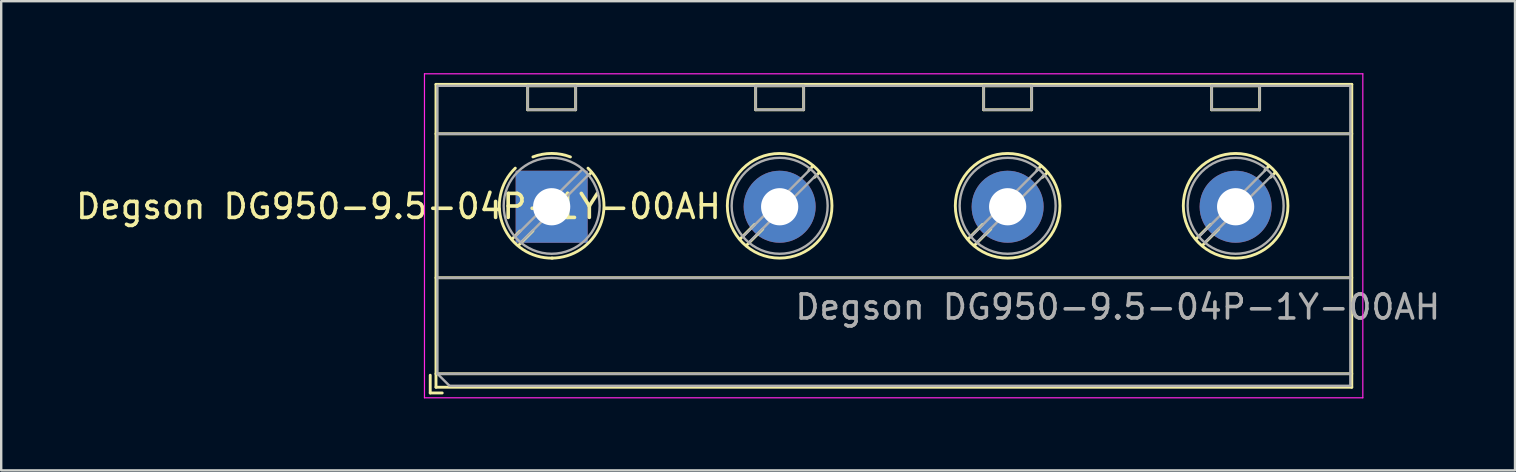
<source format=kicad_pcb>
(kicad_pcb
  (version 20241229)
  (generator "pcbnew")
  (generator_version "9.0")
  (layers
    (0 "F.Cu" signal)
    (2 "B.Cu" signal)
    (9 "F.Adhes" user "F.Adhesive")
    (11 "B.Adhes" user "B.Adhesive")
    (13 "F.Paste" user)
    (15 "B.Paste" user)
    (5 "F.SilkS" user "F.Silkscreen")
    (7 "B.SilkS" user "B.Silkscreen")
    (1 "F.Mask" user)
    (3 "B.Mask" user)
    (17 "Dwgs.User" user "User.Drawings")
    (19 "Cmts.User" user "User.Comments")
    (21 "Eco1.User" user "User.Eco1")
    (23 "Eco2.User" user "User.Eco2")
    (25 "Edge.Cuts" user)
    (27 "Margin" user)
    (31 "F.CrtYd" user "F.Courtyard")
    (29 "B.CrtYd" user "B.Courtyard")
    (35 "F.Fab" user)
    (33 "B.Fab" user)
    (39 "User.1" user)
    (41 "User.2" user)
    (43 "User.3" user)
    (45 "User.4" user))
  (footprint "Degson DG950-9.5-04P-1Y-00AH"
    (layer "F.Cu")
    (at 19.937 5.565)
    (property "Reference" "Degson DG950-9.5-04P-1Y-00AH" (at -6.383 -0.011 180) (layer "F.SilkS") (effects (font (size 1 1) (thickness 0.15))))
    (attr through_hole)
    (fp_line (start -5.06 7.02) (end -5.06 7.76) (stroke (width 0.12) (type solid)) (layer "F.SilkS"))
    (fp_line (start -5.06 7.76) (end -4.56 7.76) (stroke (width 0.12) (type solid)) (layer "F.SilkS"))
    (fp_line (start -4.82 -5.1) (end -4.82 7.52) (stroke (width 0.12) (type solid)) (layer "F.SilkS"))
    (fp_line (start -4.82 -3.04) (end 33.34 -3.04) (stroke (width 0.12) (type solid)) (layer "F.SilkS"))
    (fp_line (start -4.82 2.96) (end 33.34 2.96) (stroke (width 0.12) (type solid)) (layer "F.SilkS"))
    (fp_line (start -4.82 6.96) (end 33.34 6.96) (stroke (width 0.12) (type solid)) (layer "F.SilkS"))
    (fp_line (start -4.82 7.52) (end 33.34 7.52) (stroke (width 0.12) (type solid)) (layer "F.SilkS"))
    (fp_line (start -1.32 1.013) (end -1.654 1.348) (stroke (width 0.12) (type solid)) (layer "F.SilkS"))
    (fp_line (start -1 -5.04) (end -1 -4.04) (stroke (width 0.12) (type solid)) (layer "F.SilkS"))
    (fp_line (start -1 -5.04) (end 1 -5.04) (stroke (width 0.12) (type solid)) (layer "F.SilkS"))
    (fp_line (start -1 -4.04) (end 1 -4.04) (stroke (width 0.12) (type solid)) (layer "F.SilkS"))
    (fp_line (start -0.78 1.006) (end -1.388 1.614) (stroke (width 0.12) (type solid)) (layer "F.SilkS"))
    (fp_line (start 1 -5.04) (end 1 -4.04) (stroke (width 0.12) (type solid)) (layer "F.SilkS"))
    (fp_line (start 1.654 -1.428) (end 1.547 -1.321) (stroke (width 0.12) (type solid)) (layer "F.SilkS"))
    (fp_line (start 8.455 0.739) (end 7.847 1.348) (stroke (width 0.12) (type solid)) (layer "F.SilkS"))
    (fp_line (start 8.5 -5.04) (end 8.5 -4.04) (stroke (width 0.12) (type solid)) (layer "F.SilkS"))
    (fp_line (start 8.5 -5.04) (end 10.5 -5.04) (stroke (width 0.12) (type solid)) (layer "F.SilkS"))
    (fp_line (start 8.5 -4.04) (end 10.5 -4.04) (stroke (width 0.12) (type solid)) (layer "F.SilkS"))
    (fp_line (start 8.797 0.93) (end 8.113 1.614) (stroke (width 0.12) (type solid)) (layer "F.SilkS"))
    (fp_line (start 10.5 -5.04) (end 10.5 -4.04) (stroke (width 0.12) (type solid)) (layer "F.SilkS"))
    (fp_line (start 10.888 -1.694) (end 10.721 -1.526) (stroke (width 0.12) (type solid)) (layer "F.SilkS"))
    (fp_line (start 11.154 -1.428) (end 10.956 -1.23) (stroke (width 0.12) (type solid)) (layer "F.SilkS"))
    (fp_line (start 17.955 0.739) (end 17.347 1.348) (stroke (width 0.12) (type solid)) (layer "F.SilkS"))
    (fp_line (start 18 -5.04) (end 18 -4.04) (stroke (width 0.12) (type solid)) (layer "F.SilkS"))
    (fp_line (start 18 -5.04) (end 20 -5.04) (stroke (width 0.12) (type solid)) (layer "F.SilkS"))
    (fp_line (start 18 -4.04) (end 20 -4.04) (stroke (width 0.12) (type solid)) (layer "F.SilkS"))
    (fp_line (start 18.297 0.93) (end 17.613 1.614) (stroke (width 0.12) (type solid)) (layer "F.SilkS"))
    (fp_line (start 20 -5.04) (end 20 -4.04) (stroke (width 0.12) (type solid)) (layer "F.SilkS"))
    (fp_line (start 20.388 -1.694) (end 20.221 -1.526) (stroke (width 0.12) (type solid)) (layer "F.SilkS"))
    (fp_line (start 20.654 -1.428) (end 20.456 -1.23) (stroke (width 0.12) (type solid)) (layer "F.SilkS"))
    (fp_line (start 27.455 0.739) (end 26.847 1.348) (stroke (width 0.12) (type solid)) (layer "F.SilkS"))
    (fp_line (start 27.5 -5.04) (end 27.5 -4.04) (stroke (width 0.12) (type solid)) (layer "F.SilkS"))
    (fp_line (start 27.5 -5.04) (end 29.5 -5.04) (stroke (width 0.12) (type solid)) (layer "F.SilkS"))
    (fp_line (start 27.5 -4.04) (end 29.5 -4.04) (stroke (width 0.12) (type solid)) (layer "F.SilkS"))
    (fp_line (start 27.797 0.93) (end 27.113 1.614) (stroke (width 0.12) (type solid)) (layer "F.SilkS"))
    (fp_line (start 29.5 -5.04) (end 29.5 -4.04) (stroke (width 0.12) (type solid)) (layer "F.SilkS"))
    (fp_line (start 29.888 -1.694) (end 29.721 -1.526) (stroke (width 0.12) (type solid)) (layer "F.SilkS"))
    (fp_line (start 30.154 -1.428) (end 29.956 -1.23) (stroke (width 0.12) (type solid)) (layer "F.SilkS"))
    (fp_line (start 33.34 -5.1) (end -4.82 -5.1) (stroke (width 0.12) (type solid)) (layer "F.SilkS"))
    (fp_line (start 33.34 7.52) (end 33.34 -5.1) (stroke (width 0.12) (type solid)) (layer "F.SilkS"))
    (fp_arc (start -0.781211 -2.076303) (mid 0.000423 -2.221014) (end 0.782 -2.076) (stroke (width 0.12) (type solid)) (layer "F.SilkS"))
    (fp_arc (start 0.037945 2.140721) (mid -2.015074 0.794542) (end -1.515 -1.609) (stroke (width 0.12) (type solid)) (layer "F.SilkS"))
    (fp_arc (start 1.514355 -1.608161) (mid 2.021261 0.776642) (end 0 2.14) (stroke (width 0.12) (type solid)) (layer "F.SilkS"))
    (fp_circle (center 9.5 -0.04) (end 11.68 -0.04) (stroke (width 0.12) (type solid)) (fill no) (layer "F.SilkS"))
    (fp_circle (center 19 -0.04) (end 21.18 -0.04) (stroke (width 0.12) (type solid)) (fill no) (layer "F.SilkS"))
    (fp_circle (center 28.5 -0.04) (end 30.68 -0.04) (stroke (width 0.12) (type solid)) (fill no) (layer "F.SilkS"))
    (fp_line (start -5.3 -5.54) (end -5.3 7.96) (stroke (width 0.05) (type solid)) (layer "F.CrtYd"))
    (fp_line (start -5.3 7.96) (end 33.8 7.96) (stroke (width 0.05) (type solid)) (layer "F.CrtYd"))
    (fp_line (start 33.8 -5.54) (end -5.3 -5.54) (stroke (width 0.05) (type solid)) (layer "F.CrtYd"))
    (fp_line (start 33.8 7.96) (end 33.8 -5.54) (stroke (width 0.05) (type solid)) (layer "F.CrtYd"))
    (fp_line (start -4.76 -5.04) (end 33.28 -5.04) (stroke (width 0.1) (type solid)) (layer "F.Fab"))
    (fp_line (start -4.76 -3.04) (end 33.28 -3.04) (stroke (width 0.1) (type solid)) (layer "F.Fab"))
    (fp_line (start -4.76 2.96) (end 33.28 2.96) (stroke (width 0.1) (type solid)) (layer "F.Fab"))
    (fp_line (start -4.76 6.96) (end -4.76 -5.04) (stroke (width 0.1) (type solid)) (layer "F.Fab"))
    (fp_line (start -4.76 6.96) (end 33.28 6.96) (stroke (width 0.1) (type solid)) (layer "F.Fab"))
    (fp_line (start -4.26 7.46) (end -4.76 6.96) (stroke (width 0.1) (type solid)) (layer "F.Fab"))
    (fp_line (start -1 -5.04) (end -1 -4.04) (stroke (width 0.1) (type solid)) (layer "F.Fab"))
    (fp_line (start -1 -4.04) (end 1 -4.04) (stroke (width 0.1) (type solid)) (layer "F.Fab"))
    (fp_line (start 1 -5.04) (end -1 -5.04) (stroke (width 0.1) (type solid)) (layer "F.Fab"))
    (fp_line (start 1 -4.04) (end 1 -5.04) (stroke (width 0.1) (type solid)) (layer "F.Fab"))
    (fp_line (start 1.273 -1.557) (end -1.517 1.233) (stroke (width 0.1) (type solid)) (layer "F.Fab"))
    (fp_line (start 1.517 -1.313) (end -1.273 1.477) (stroke (width 0.1) (type solid)) (layer "F.Fab"))
    (fp_line (start 8.5 -5.04) (end 8.5 -4.04) (stroke (width 0.1) (type solid)) (layer "F.Fab"))
    (fp_line (start 8.5 -4.04) (end 10.5 -4.04) (stroke (width 0.1) (type solid)) (layer "F.Fab"))
    (fp_line (start 10.5 -5.04) (end 8.5 -5.04) (stroke (width 0.1) (type solid)) (layer "F.Fab"))
    (fp_line (start 10.5 -4.04) (end 10.5 -5.04) (stroke (width 0.1) (type solid)) (layer "F.Fab"))
    (fp_line (start 10.773 -1.557) (end 7.984 1.233) (stroke (width 0.1) (type solid)) (layer "F.Fab"))
    (fp_line (start 11.017 -1.313) (end 8.228 1.477) (stroke (width 0.1) (type solid)) (layer "F.Fab"))
    (fp_line (start 18 -5.04) (end 18 -4.04) (stroke (width 0.1) (type solid)) (layer "F.Fab"))
    (fp_line (start 18 -4.04) (end 20 -4.04) (stroke (width 0.1) (type solid)) (layer "F.Fab"))
    (fp_line (start 20 -5.04) (end 18 -5.04) (stroke (width 0.1) (type solid)) (layer "F.Fab"))
    (fp_line (start 20 -4.04) (end 20 -5.04) (stroke (width 0.1) (type solid)) (layer "F.Fab"))
    (fp_line (start 20.273 -1.557) (end 17.484 1.233) (stroke (width 0.1) (type solid)) (layer "F.Fab"))
    (fp_line (start 20.517 -1.313) (end 17.728 1.477) (stroke (width 0.1) (type solid)) (layer "F.Fab"))
    (fp_line (start 27.5 -5.04) (end 27.5 -4.04) (stroke (width 0.1) (type solid)) (layer "F.Fab"))
    (fp_line (start 27.5 -4.04) (end 29.5 -4.04) (stroke (width 0.1) (type solid)) (layer "F.Fab"))
    (fp_line (start 29.5 -5.04) (end 27.5 -5.04) (stroke (width 0.1) (type solid)) (layer "F.Fab"))
    (fp_line (start 29.5 -4.04) (end 29.5 -5.04) (stroke (width 0.1) (type solid)) (layer "F.Fab"))
    (fp_line (start 29.773 -1.557) (end 26.984 1.233) (stroke (width 0.1) (type solid)) (layer "F.Fab"))
    (fp_line (start 30.017 -1.313) (end 27.228 1.477) (stroke (width 0.1) (type solid)) (layer "F.Fab"))
    (fp_line (start 33.28 -5.04) (end 33.28 7.46) (stroke (width 0.1) (type solid)) (layer "F.Fab"))
    (fp_line (start 33.28 7.46) (end -4.26 7.46) (stroke (width 0.1) (type solid)) (layer "F.Fab"))
    (fp_circle (center 0 -0.04) (end 2 -0.04) (stroke (width 0.1) (type solid)) (fill no) (layer "F.Fab"))
    (fp_circle (center 9.5 -0.04) (end 11.5 -0.04) (stroke (width 0.1) (type solid)) (fill no) (layer "F.Fab"))
    (fp_circle (center 19 -0.04) (end 21 -0.04) (stroke (width 0.1) (type solid)) (fill no) (layer "F.Fab"))
    (fp_circle (center 28.5 -0.04) (end 30.5 -0.04) (stroke (width 0.1) (type solid)) (fill no) (layer "F.Fab"))
    (fp_text user "${REFERENCE}" (at 23.589 4.179 180) (layer "F.Fab") (effects (font (size 1 1) (thickness 0.15))))
    (pad "1" thru_hole rect (at 0 0) (size 3 3) (drill 1.55) (layers "*.Cu" "*.Mask"))
    (pad "2" thru_hole circle (at 9.5 0) (size 3 3) (drill 1.55) (layers "*.Cu" "*.Mask"))
    (pad "3" thru_hole circle (at 19 0) (size 3 3) (drill 1.55) (layers "*.Cu" "*.Mask"))
    (pad "4" thru_hole circle (at 28.5 0) (size 3 3) (drill 1.55) (layers "*.Cu" "*.Mask")))
  (gr_rect
    (start -3 -3)
    (end 60.079 16.55)
    (stroke (width 0.1) (type default))
    (fill no)
    (layer "Edge.Cuts")))
</source>
